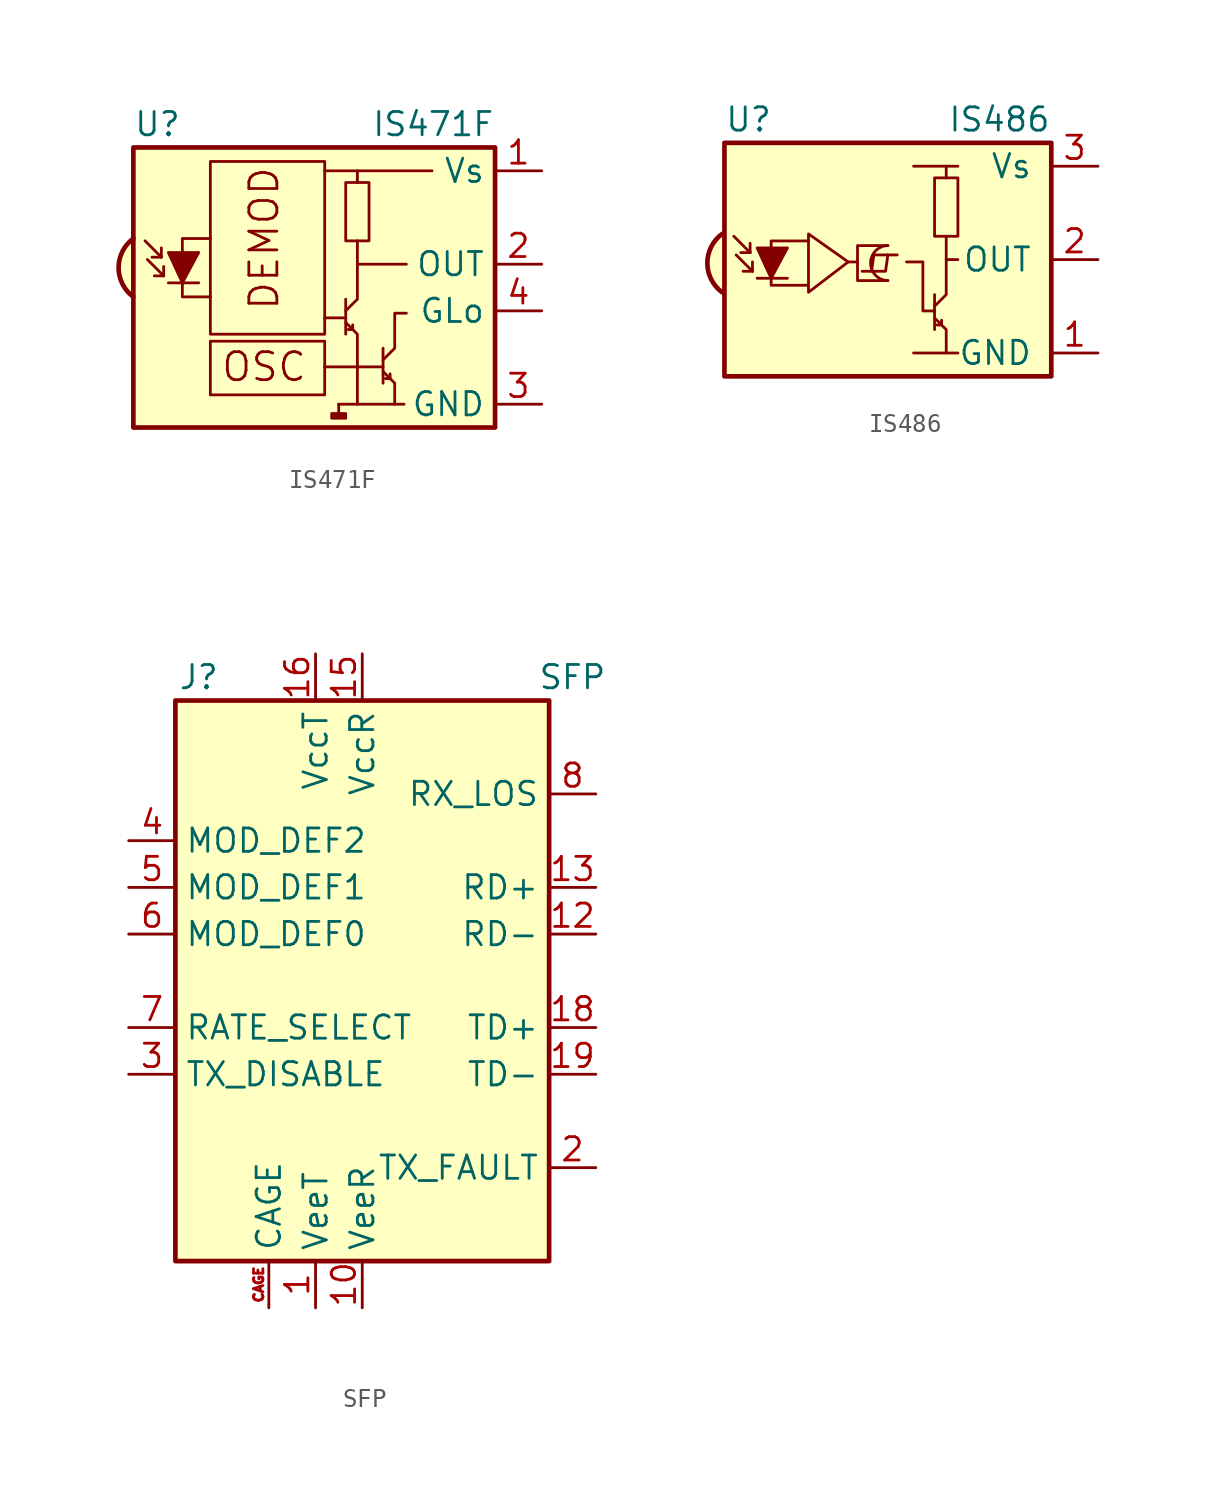
<source format=kicad_sym>
(kicad_symbol_lib
  (version 20241209)
  (generator "kicad_symbol_editor")
  (generator_version "9.0")
  (symbol "IS471F"
    (property "Reference" "U"
      (at -12.065 7.62 0)
      (effects (font (size 1.27 1.27)) (justify left)))
    (property "Value" "IS471F"
      (at 7.62 7.62 0)
      (effects (font (size 1.27 1.27)) (justify right)))
    (symbol "IS471F_0_0"
      (arc (start -12.065 -1.778) (mid -12.8679 -0.1905) (end -12.065 1.397) (stroke (width 0.254) (type default)) (fill (type background)))
      (rectangle (start -7.874 -4.191) (end -1.651 -7.112) (stroke (width 0) (type default)) (fill (type none)))
      (rectangle (start -1.27 -8.128) (end -0.508 -8.382) (stroke (width 0) (type default)) (fill (type outline)))
      (polyline (pts (xy -0.889 -7.62) (xy -0.889 -8.128)) (stroke (width 0) (type default)) (fill (type none)))
      (polyline (pts (xy -0.508 -3.175) (xy 0.127 -3.81) (xy 0.127 -7.62)) (stroke (width 0) (type default)) (fill (type none)))
      (polyline (pts (xy 0.127 5.08) (xy -1.651 5.08)) (stroke (width 0) (type default)) (fill (type none)))
      (polyline (pts (xy 1.524 -5.842) (xy 2.159 -6.477) (xy 2.159 -7.62)) (stroke (width 0) (type default)) (fill (type none)))
      (polyline (pts (xy 2.667 -7.62) (xy -0.889 -7.62)) (stroke (width 0) (type default)) (fill (type none)))
      (text "DEMOD" (at -4.953 1.397 900) (effects (font (size 1.524 1.524))))
      (text "OSC" (at -4.953 -5.588 0) (effects (font (size 1.524 1.524)))))
    (symbol "IS471F_0_1"
      (polyline (pts (xy -10.541 0.381) (xy -11.43 1.27)) (stroke (width 0) (type default)) (fill (type none)))
      (polyline (pts (xy -10.541 0.381) (xy -11.049 0.381)) (stroke (width 0) (type default)) (fill (type none)))
      (polyline (pts (xy -10.541 0.381) (xy -10.541 0.889)) (stroke (width 0) (type default)) (fill (type none)))
      (polyline (pts (xy -10.414 -0.635) (xy -11.303 0.254)) (stroke (width 0) (type default)) (fill (type none)))
      (polyline (pts (xy -10.414 -0.635) (xy -10.922 -0.635)) (stroke (width 0) (type default)) (fill (type none)))
      (polyline (pts (xy -10.414 -0.635) (xy -10.414 -0.127)) (stroke (width 0) (type default)) (fill (type none)))
      (polyline (pts (xy -10.16 0.635) (xy -8.509 0.635) (xy -9.398 -1.016) (xy -10.16 0.635)) (stroke (width 0) (type default)) (fill (type outline)))
      (polyline (pts (xy -10.16 -1.016) (xy -8.509 -1.016)) (stroke (width 0) (type default)) (fill (type none)))
      (rectangle (start -7.874 5.588) (end -1.651 -3.81) (stroke (width 0) (type default)) (fill (type none)))
      (polyline (pts (xy -7.874 1.397) (xy -9.398 1.397) (xy -9.398 -1.778) (xy -7.874 -1.778)) (stroke (width 0) (type default)) (fill (type none)))
      (polyline (pts (xy -0.508 -1.905) (xy -0.508 -3.81)) (stroke (width 0) (type default)) (fill (type none)))
      (polyline (pts (xy -0.508 -2.54) (xy 0.127 -1.905) (xy 0.127 0) (xy 2.794 0)) (stroke (width 0) (type default)) (fill (type none)))
      (polyline (pts (xy -0.508 -2.921) (xy -1.651 -2.921)) (stroke (width 0) (type default)) (fill (type none)))
      (polyline (pts (xy -0.381 -3.556) (xy -0.254 -3.556)) (stroke (width 0) (type default)) (fill (type none)))
      (polyline (pts (xy -0.127 -3.556) (xy -0.254 -3.556)) (stroke (width 0) (type default)) (fill (type none)))
      (polyline (pts (xy -0.127 -3.556) (xy -0.127 -3.302)) (stroke (width 0) (type default)) (fill (type none)))
      (polyline (pts (xy 0.127 4.445) (xy 0.127 5.08) (xy 4.191 5.08)) (stroke (width 0) (type default)) (fill (type none)))
      (polyline (pts (xy 0.127 0) (xy 0.127 1.27)) (stroke (width 0) (type default)) (fill (type none)))
      (rectangle (start 0.762 1.27) (end -0.508 4.445) (stroke (width 0) (type default)) (fill (type none)))
      (polyline (pts (xy 1.524 -4.572) (xy 1.524 -6.477)) (stroke (width 0) (type default)) (fill (type none)))
      (polyline (pts (xy 1.524 -5.207) (xy 2.159 -4.572) (xy 2.159 -2.667) (xy 2.794 -2.667)) (stroke (width 0) (type default)) (fill (type none)))
      (polyline (pts (xy 1.524 -5.588) (xy -1.651 -5.588)) (stroke (width 0) (type default)) (fill (type none)))
      (polyline (pts (xy 1.651 -6.223) (xy 1.778 -6.223)) (stroke (width 0) (type default)) (fill (type none)))
      (polyline (pts (xy 1.905 -6.223) (xy 1.778 -6.223)) (stroke (width 0) (type default)) (fill (type none)))
      (polyline (pts (xy 1.905 -6.223) (xy 1.905 -5.969)) (stroke (width 0) (type default)) (fill (type none)))
      (rectangle (start 7.62 6.35) (end -12.065 -8.89) (stroke (width 0.254) (type default)) (fill (type background))))
    (symbol "IS471F_1_1"
      (pin power_in line (at 10.16 5.08 180) (length 2.54) (name "Vs" (effects (font (size 1.27 1.27)))) (number "1" (effects (font (size 1.27 1.27)))))
      (pin output line (at 10.16 0 180) (length 2.54) (name "OUT" (effects (font (size 1.27 1.27)))) (number "2" (effects (font (size 1.27 1.27)))))
      (pin open_collector line (at 10.16 -2.54 180) (length 2.54) (name "GLo" (effects (font (size 1.27 1.27)))) (number "4" (effects (font (size 1.27 1.27)))))
      (pin power_in line (at 10.16 -7.62 180) (length 2.54) (name "GND" (effects (font (size 1.27 1.27)))) (number "3" (effects (font (size 1.27 1.27)))))))
  (symbol "IS486"
    (pin_names
      (offset 1.016))
    (property "Reference" "U"
      (at -10.16 7.62 0)
      (effects (font (size 1.27 1.27)) (justify left)))
    (property "Value" "IS486"
      (at 7.62 7.62 0)
      (effects (font (size 1.27 1.27)) (justify right)))
    (symbol "IS486_0_0"
      (arc (start -10.287 -1.778) (mid -11.0899 -0.1905) (end -10.287 1.397) (stroke (width 0.254) (type default)) (fill (type background)))
      (polyline (pts (xy 1.905 5.08) (xy 0.127 5.08)) (stroke (width 0) (type default)) (fill (type none)))
      (polyline (pts (xy 1.905 -5.08) (xy 0.127 -5.08)) (stroke (width 0) (type default)) (fill (type none))))
    (symbol "IS486_0_1"
      (polyline (pts (xy -8.763 0.381) (xy -9.652 1.27)) (stroke (width 0) (type default)) (fill (type none)))
      (polyline (pts (xy -8.763 0.381) (xy -9.271 0.381)) (stroke (width 0) (type default)) (fill (type none)))
      (polyline (pts (xy -8.763 0.381) (xy -8.763 0.889)) (stroke (width 0) (type default)) (fill (type none)))
      (polyline (pts (xy -8.636 -0.635) (xy -9.525 0.254)) (stroke (width 0) (type default)) (fill (type none)))
      (polyline (pts (xy -8.636 -0.635) (xy -9.144 -0.635)) (stroke (width 0) (type default)) (fill (type none)))
      (polyline (pts (xy -8.636 -0.635) (xy -8.636 -0.127)) (stroke (width 0) (type default)) (fill (type none)))
      (polyline (pts (xy -8.382 0.635) (xy -6.731 0.635) (xy -7.62 -1.016) (xy -8.382 0.635)) (stroke (width 0) (type default)) (fill (type outline)))
      (polyline (pts (xy -8.382 -1.016) (xy -6.731 -1.016)) (stroke (width 0) (type default)) (fill (type none)))
      (polyline (pts (xy -5.588 -1.397) (xy -7.62 -1.397) (xy -7.62 1.016) (xy -5.588 1.016)) (stroke (width 0) (type default)) (fill (type none)))
      (polyline (pts (xy -3.429 -0.127) (xy -2.921 -0.127)) (stroke (width 0) (type default)) (fill (type none)))
      (polyline (pts (xy -3.429 -0.127) (xy -5.588 1.397) (xy -5.588 -1.778) (xy -3.429 -0.127)) (stroke (width 0) (type default)) (fill (type none)))
      (polyline (pts (xy -2.667 -0.635) (xy -1.397 -0.635) (xy -1.27 0.254)) (stroke (width 0) (type default)) (fill (type none)))
      (polyline (pts (xy -1.27 0.762) (xy -2.921 0.762) (xy -2.921 -1.143) (xy -1.27 -1.143)) (stroke (width 0) (type default)) (fill (type none)))
      (arc (start -1.27 -1.143) (mid -2.2099 -0.1905) (end -1.27 0.762) (stroke (width 0) (type default)) (fill (type none)))
      (polyline (pts (xy -0.762 0.254) (xy -2.032 0.254) (xy -2.159 -0.635)) (stroke (width 0) (type default)) (fill (type none)))
      (polyline (pts (xy 1.27 -1.905) (xy 1.27 -3.81)) (stroke (width 0) (type default)) (fill (type none)))
      (polyline (pts (xy 1.27 -2.54) (xy 1.905 -1.905) (xy 1.905 0) (xy 2.54 0)) (stroke (width 0) (type default)) (fill (type none)))
      (polyline (pts (xy 1.27 -2.794) (xy 0.635 -2.794) (xy 0.635 -0.127) (xy -0.254 -0.127)) (stroke (width 0) (type default)) (fill (type none)))
      (polyline (pts (xy 1.27 -3.175) (xy 1.905 -3.81) (xy 1.905 -5.08) (xy 2.54 -5.08)) (stroke (width 0) (type default)) (fill (type none)))
      (polyline (pts (xy 1.397 -3.556) (xy 1.524 -3.556)) (stroke (width 0) (type default)) (fill (type none)))
      (polyline (pts (xy 1.651 -3.556) (xy 1.524 -3.556)) (stroke (width 0) (type default)) (fill (type none)))
      (polyline (pts (xy 1.651 -3.556) (xy 1.651 -3.302)) (stroke (width 0) (type default)) (fill (type none)))
      (polyline (pts (xy 1.905 4.445) (xy 1.905 5.08) (xy 2.54 5.08)) (stroke (width 0) (type default)) (fill (type none)))
      (polyline (pts (xy 1.905 0) (xy 1.905 1.27)) (stroke (width 0) (type default)) (fill (type none)))
      (rectangle (start 2.54 1.27) (end 1.27 4.445) (stroke (width 0) (type default)) (fill (type none)))
      (rectangle (start 7.62 6.35) (end -10.16 -6.35) (stroke (width 0.254) (type default)) (fill (type background))))
    (symbol "IS486_1_1"
      (pin power_in line (at 10.16 5.08 180) (length 2.54) (name "Vs" (effects (font (size 1.27 1.27)))) (number "3" (effects (font (size 1.27 1.27)))))
      (pin output line (at 10.16 0 180) (length 2.54) (name "OUT" (effects (font (size 1.27 1.27)))) (number "2" (effects (font (size 1.27 1.27)))))
      (pin power_in line (at 10.16 -5.08 180) (length 2.54) (name "GND" (effects (font (size 1.27 1.27)))) (number "1" (effects (font (size 1.27 1.27)))))))
  (symbol "SFP"
    (property "Reference" "J"
      (at -8.89 16.51 0)
      (effects (font (size 1.27 1.27))))
    (property "Value" "SFP"
      (at 11.43 16.51 0)
      (effects (font (size 1.27 1.27))))
    (symbol "SFP_0_0"
      (rectangle (start -10.16 15.24) (end 10.16 -15.24) (stroke (width 0.254) (type default)) (fill (type background))))
    (symbol "SFP_1_1"
      (pin bidirectional line (at -12.7 7.62 0) (length 2.54) (name "MOD_DEF2" (effects (font (size 1.27 1.27)))) (number "4" (effects (font (size 1.27 1.27)))))
      (pin input line (at -12.7 5.08 0) (length 2.54) (name "MOD_DEF1" (effects (font (size 1.27 1.27)))) (number "5" (effects (font (size 1.27 1.27)))))
      (pin passive line (at -12.7 2.54 0) (length 2.54) (name "MOD_DEF0" (effects (font (size 1.27 1.27)))) (number "6" (effects (font (size 1.27 1.27)))))
      (pin input line (at -12.7 -2.54 0) (length 2.54) (name "RATE_SELECT" (effects (font (size 1.27 1.27)))) (number "7" (effects (font (size 1.27 1.27)))))
      (pin input line (at -12.7 -5.08 0) (length 2.54) (name "TX_DISABLE" (effects (font (size 1.27 1.27)))) (number "3" (effects (font (size 1.27 1.27)))))
      (pin passive line (at -5.08 -17.78 90) (length 2.54) (name "CAGE" (effects (font (size 1.27 1.27)))) (number "CAGE" (effects (font (size 0.508 0.508)))))
      (pin power_in line (at -2.54 17.78 270) (length 2.54) (name "VccT" (effects (font (size 1.27 1.27)))) (number "16" (effects (font (size 1.27 1.27)))))
      (pin power_in line (at -2.54 -17.78 90) (length 2.54) (name "VeeT" (effects (font (size 1.27 1.27)))) (number "1" (effects (font (size 1.27 1.27)))))
      (pin passive line (at -2.54 -17.78 90) (length 2.54) (hide yes) (name "VeeT" (effects (font (size 1.27 1.27)))) (number "17" (effects (font (size 1.27 1.27)))))
      (pin passive line (at -2.54 -17.78 90) (length 2.54) (hide yes) (name "VeeT" (effects (font (size 1.27 1.27)))) (number "20" (effects (font (size 1.27 1.27)))))
      (pin power_in line (at 0 17.78 270) (length 2.54) (name "VccR" (effects (font (size 1.27 1.27)))) (number "15" (effects (font (size 1.27 1.27)))))
      (pin power_in line (at 0 -17.78 90) (length 2.54) (name "VeeR" (effects (font (size 1.27 1.27)))) (number "10" (effects (font (size 1.27 1.27)))))
      (pin passive line (at 0 -17.78 90) (length 2.54) (hide yes) (name "VeeR" (effects (font (size 1.27 1.27)))) (number "11" (effects (font (size 1.27 1.27)))))
      (pin passive line (at 0 -17.78 90) (length 2.54) (hide yes) (name "VeeR" (effects (font (size 1.27 1.27)))) (number "14" (effects (font (size 1.27 1.27)))))
      (pin passive line (at 0 -17.78 90) (length 2.54) (hide yes) (name "VeeR" (effects (font (size 1.27 1.27)))) (number "9" (effects (font (size 1.27 1.27)))))
      (pin open_collector line (at 12.7 10.16 180) (length 2.54) (name "RX_LOS" (effects (font (size 1.27 1.27)))) (number "8" (effects (font (size 1.27 1.27)))))
      (pin output line (at 12.7 5.08 180) (length 2.54) (name "RD+" (effects (font (size 1.27 1.27)))) (number "13" (effects (font (size 1.27 1.27)))))
      (pin output line (at 12.7 2.54 180) (length 2.54) (name "RD-" (effects (font (size 1.27 1.27)))) (number "12" (effects (font (size 1.27 1.27)))))
      (pin input line (at 12.7 -2.54 180) (length 2.54) (name "TD+" (effects (font (size 1.27 1.27)))) (number "18" (effects (font (size 1.27 1.27)))))
      (pin input line (at 12.7 -5.08 180) (length 2.54) (name "TD-" (effects (font (size 1.27 1.27)))) (number "19" (effects (font (size 1.27 1.27)))))
      (pin open_collector line (at 12.7 -10.16 180) (length 2.54) (name "TX_FAULT" (effects (font (size 1.27 1.27)))) (number "2" (effects (font (size 1.27 1.27))))))))
</source>
